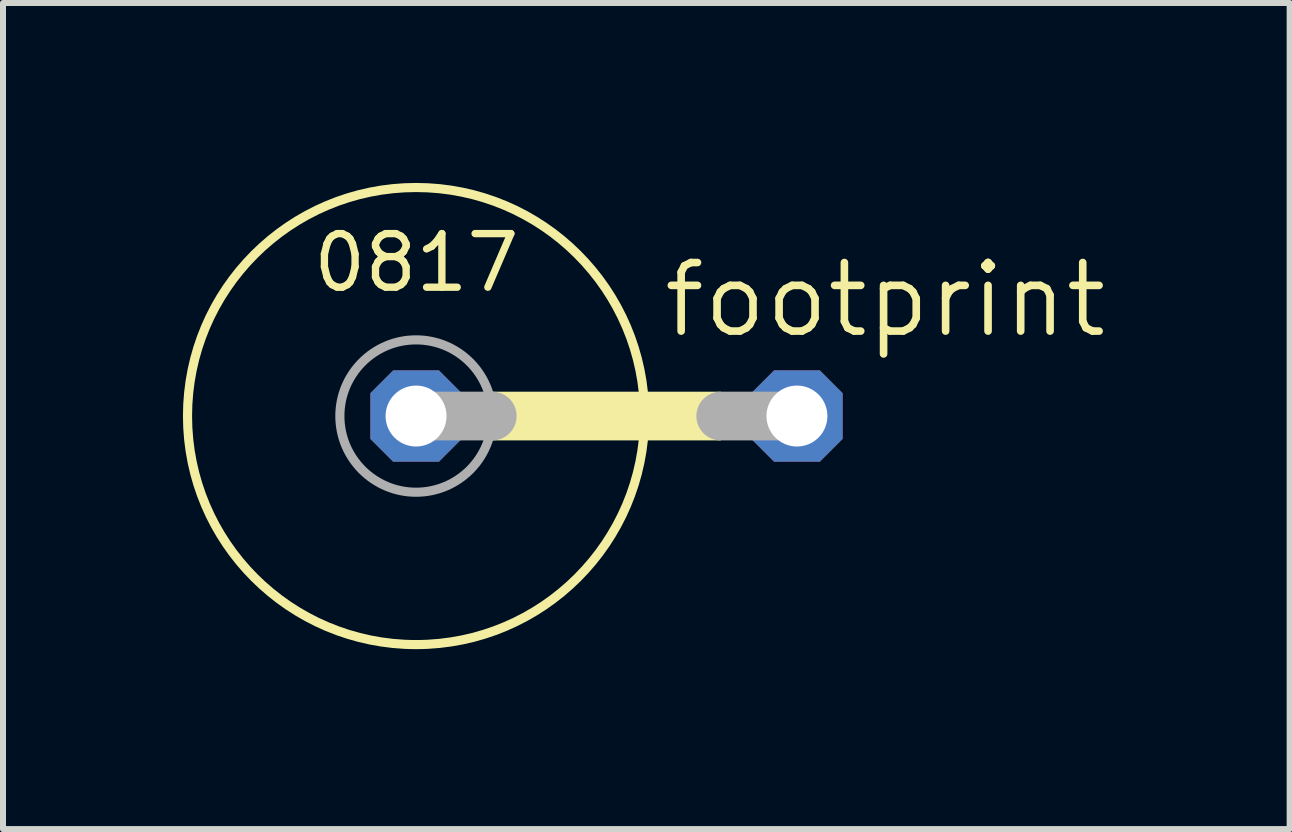
<source format=kicad_pcb>
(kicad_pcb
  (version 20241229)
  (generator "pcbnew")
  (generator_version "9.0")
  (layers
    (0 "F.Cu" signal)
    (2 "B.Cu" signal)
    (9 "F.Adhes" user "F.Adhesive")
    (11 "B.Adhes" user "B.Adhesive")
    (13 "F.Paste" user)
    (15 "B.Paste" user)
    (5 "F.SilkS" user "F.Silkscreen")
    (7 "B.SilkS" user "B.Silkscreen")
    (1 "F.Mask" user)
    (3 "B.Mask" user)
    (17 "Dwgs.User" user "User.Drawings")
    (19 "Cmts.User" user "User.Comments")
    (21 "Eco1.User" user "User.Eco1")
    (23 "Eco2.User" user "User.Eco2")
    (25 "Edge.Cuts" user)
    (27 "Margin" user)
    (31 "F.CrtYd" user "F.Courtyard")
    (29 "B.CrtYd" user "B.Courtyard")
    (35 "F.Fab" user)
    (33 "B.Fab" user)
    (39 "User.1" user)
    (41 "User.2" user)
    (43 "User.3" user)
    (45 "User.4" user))
  (footprint "footprint"
    (layer "F.Cu")
    (at 8.966 3.886)
    (property "Reference" "footprint" (at -1.016 -1.27 0) (layer "F.SilkS") (effects (font (size 1.143 1.143) (thickness 0.127)) (justify left bottom)))
    (fp_circle (center -5.08 0) (end -1.27 0) (stroke (width 0.152) (type solid)) (fill no) (layer "F.SilkS"))
    (fp_poly (pts (xy -3.81 0.406) (xy 0 0.406) (xy 0 -0.406) (xy -3.81 -0.406)) (stroke (width 0) (type solid)) (fill yes) (layer "F.SilkS"))
    (fp_line (start -3.81 0) (end -5.08 0) (stroke (width 0.813) (type solid)) (layer "F.Fab"))
    (fp_line (start 1.27 0) (end 0 0) (stroke (width 0.813) (type solid)) (layer "F.Fab"))
    (fp_circle (center -5.08 0) (end -3.81 0) (stroke (width 0.152) (type solid)) (fill no) (layer "F.Fab"))
    (fp_text user "0817" (at -6.858 -2.032 0) (layer "F.SilkS") (effects (font (size 0.894 0.894) (thickness 0.122)) (justify left bottom)))
    (pad "1" thru_hole roundrect (at -5.08 0) (size 1.524 1.524) (drill 1.016) (layers "*.Cu" "*.Mask") (roundrect_rratio 0.25) (chamfer_ratio 0.25) (chamfer top_left top_right bottom_left bottom_right))
    (pad "2" thru_hole roundrect (at 1.27 0) (size 1.524 1.524) (drill 1.016) (layers "*.Cu" "*.Mask") (roundrect_rratio 0.25) (chamfer_ratio 0.25) (chamfer top_left top_right bottom_left bottom_right)))
  (gr_rect
    (start -3 -3)
    (end 18.45 10.772)
    (stroke (width 0.1) (type default))
    (fill no)
    (layer "Edge.Cuts")))
</source>
